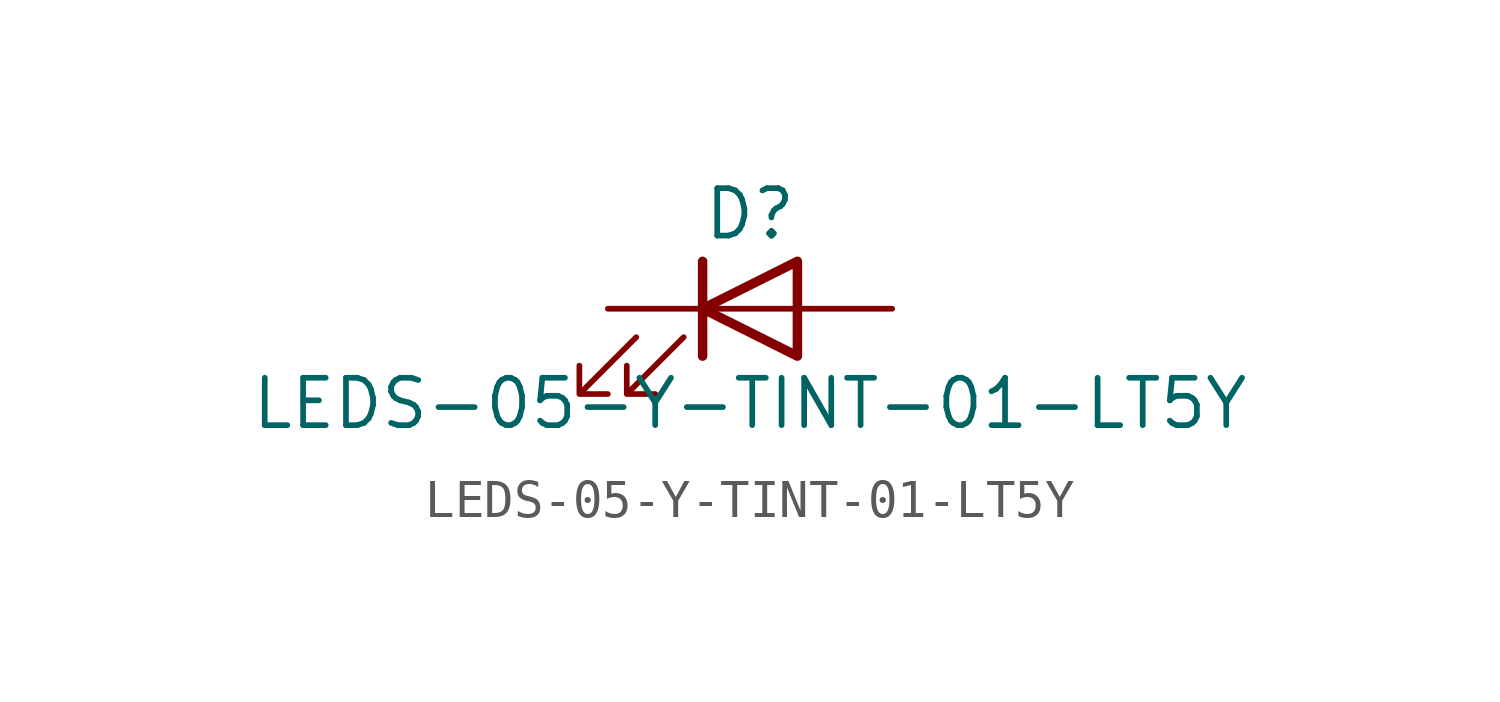
<source format=kicad_sym>
(kicad_symbol_lib
  (version 20211014)
  (generator kicad_symbol_editor)
  (symbol "LEDS-05-Y-TINT-01-LT5Y"
    (pin_numbers hide)
    (pin_names
      (offset 1.016) hide)
    (property "Reference" "D"
      (at 0 2.54 0)
      (effects (font (size 1.27 1.27))))
    (property "Value" "LEDS-05-Y-TINT-01-LT5Y"
      (at 0 -2.54 0)
      (effects (font (size 1.27 1.27))))
    (symbol "LEDS-05-Y-TINT-01-LT5Y_0_1"
      (polyline (pts (xy -1.27 -1.27) (xy -1.27 1.27)) (stroke (width 0.254) (type default) (color 0 0 0 0)) (fill (type none)))
      (polyline (pts (xy -1.27 0) (xy 1.27 0)) (stroke (width 0) (type default) (color 0 0 0 0)) (fill (type none)))
      (polyline (pts (xy 1.27 -1.27) (xy 1.27 1.27) (xy -1.27 0) (xy 1.27 -1.27)) (stroke (width 0.254) (type default) (color 0 0 0 0)) (fill (type none)))
      (polyline (pts (xy -3.048 -0.762) (xy -4.572 -2.286) (xy -3.81 -2.286) (xy -4.572 -2.286) (xy -4.572 -1.524)) (stroke (width 0) (type default) (color 0 0 0 0)) (fill (type none)))
      (polyline (pts (xy -1.778 -0.762) (xy -3.302 -2.286) (xy -2.54 -2.286) (xy -3.302 -2.286) (xy -3.302 -1.524)) (stroke (width 0) (type default) (color 0 0 0 0)) (fill (type none))))
    (symbol "LEDS-05-Y-TINT-01-LT5Y_1_1"
      (pin passive line (at -3.81 0 0) (length 2.54) (name "K" (effects (font (size 1.27 1.27)))) (number "1" (effects (font (size 1.27 1.27)))))
      (pin passive line (at 3.81 0 180) (length 2.54) (name "A" (effects (font (size 1.27 1.27)))) (number "2" (effects (font (size 1.27 1.27))))))))
</source>
